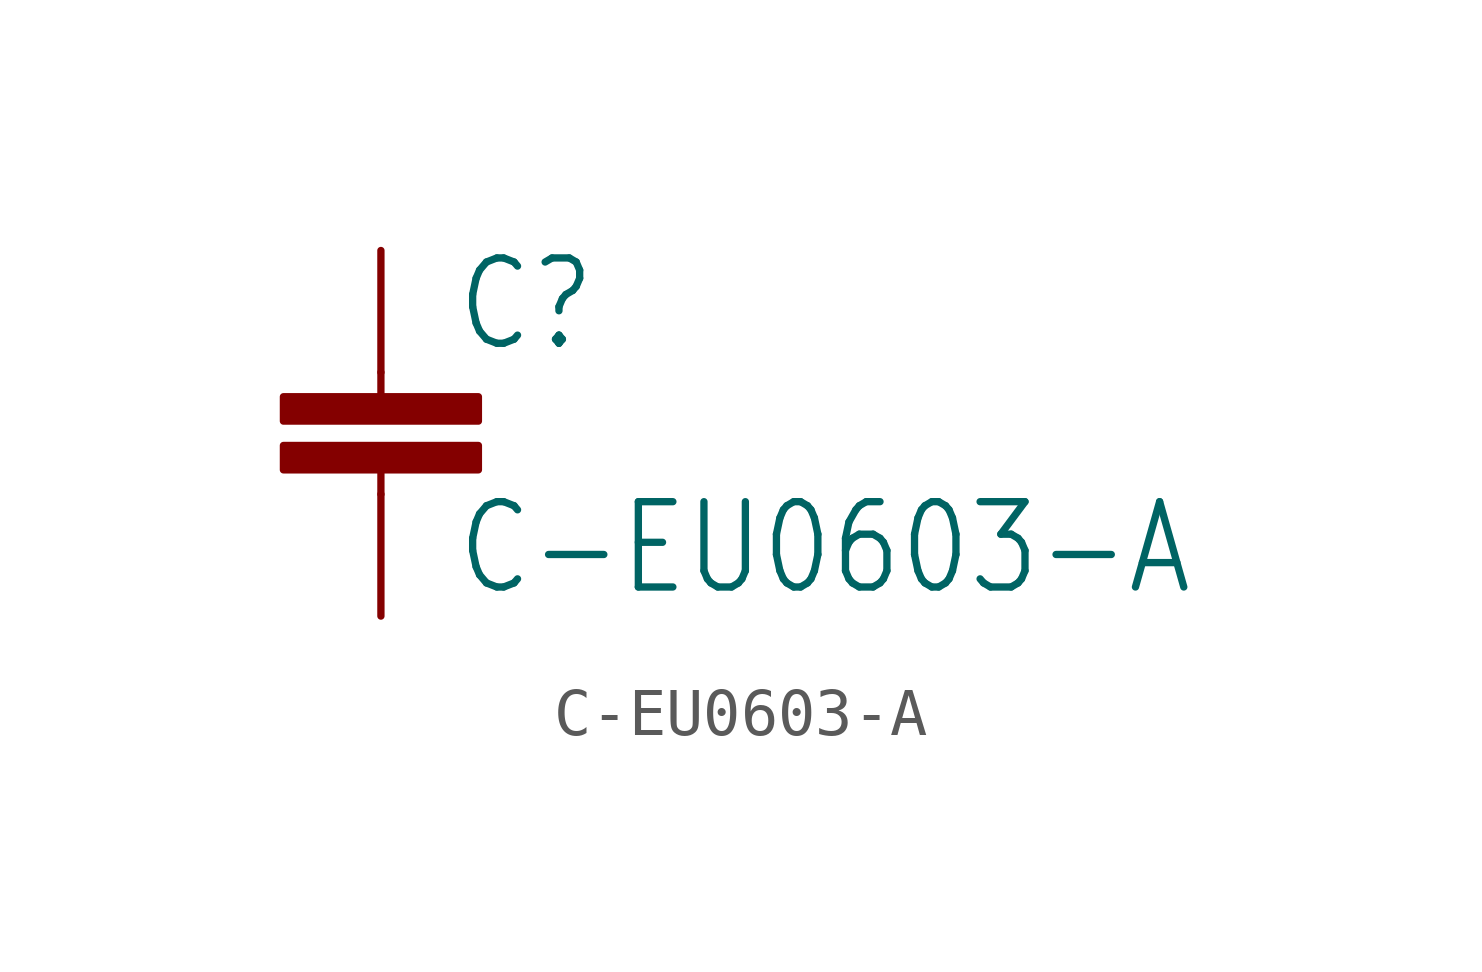
<source format=kicad_sym>
(kicad_symbol_lib
  (version 20201005)
  (generator kicad_symbol_editor)
  (symbol "pirt:C-EU0603-A"
    (property "Reference" "C"
      (at 1.524 0.381 0)
      (effects (font (size 1.778 1.511)) (justify left bottom)))
    (property "Value" "C-EU0603-A"
      (at 1.524 -4.699 0)
      (effects (font (size 1.778 1.511)) (justify left bottom)))
    (property "ki_locked" ""
      (at 0 0 0)
      (effects (font (size 1.27 1.27))))
    (symbol "C-EU0603-A_1_0"
      (rectangle (start -2.032 -2.032) (end 2.032 -1.524) (stroke (width 0)) (fill (type outline)))
      (rectangle (start -2.032 -1.016) (end 2.032 -0.508) (stroke (width 0)) (fill (type outline)))
      (polyline (pts (xy 0 -2.54) (xy 0 -2.032)) (stroke (width 0.152)) (fill (type none)))
      (polyline (pts (xy 0 0) (xy 0 -0.508)) (stroke (width 0.152)) (fill (type none)))
      (pin passive line (at 0 2.54 270) (length 2.54) (name "1" (effects (font (size 0 0)))) (number "1" (effects (font (size 0 0)))))
      (pin passive line (at 0 -5.08 90) (length 2.54) (name "2" (effects (font (size 0 0)))) (number "2" (effects (font (size 0 0))))))))
</source>
